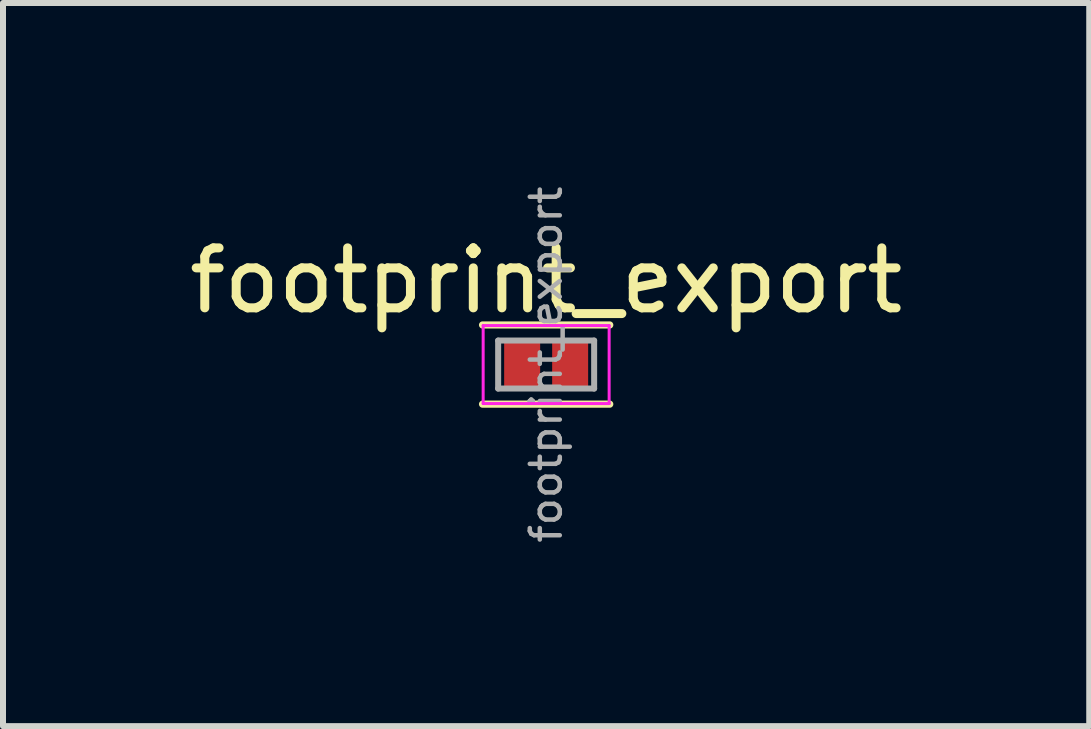
<source format=kicad_pcb>
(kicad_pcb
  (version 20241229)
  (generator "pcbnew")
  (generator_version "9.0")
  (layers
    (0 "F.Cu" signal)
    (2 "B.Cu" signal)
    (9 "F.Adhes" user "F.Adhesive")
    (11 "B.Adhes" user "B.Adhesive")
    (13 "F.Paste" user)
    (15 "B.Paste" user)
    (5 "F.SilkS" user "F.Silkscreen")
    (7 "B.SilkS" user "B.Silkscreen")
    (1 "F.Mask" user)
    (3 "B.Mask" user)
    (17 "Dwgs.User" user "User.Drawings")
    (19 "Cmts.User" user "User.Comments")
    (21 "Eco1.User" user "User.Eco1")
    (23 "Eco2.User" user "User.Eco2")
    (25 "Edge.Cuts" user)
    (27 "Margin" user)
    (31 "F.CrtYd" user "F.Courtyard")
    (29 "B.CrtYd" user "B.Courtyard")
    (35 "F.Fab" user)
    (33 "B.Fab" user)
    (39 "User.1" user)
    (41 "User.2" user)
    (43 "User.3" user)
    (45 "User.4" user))
  (footprint "footprint_export"
    (layer "F.Cu")
    (at 6.054 3.027)
    (property "Reference" "footprint_export" (at 0 -1.4 0) (layer "F.SilkS") (effects (font (size 1 1) (thickness 0.15))))
    (attr smd)
    (fp_line (start -1.06 -0.66) (end 1.06 -0.66) (stroke (width 0.12) (type solid)) (layer "F.SilkS"))
    (fp_line (start -1.06 0.66) (end 1.06 0.66) (stroke (width 0.12) (type solid)) (layer "F.SilkS"))
    (fp_line (start -1.05 -0.65) (end -1.05 0.65) (stroke (width 0.05) (type solid)) (layer "F.CrtYd"))
    (fp_line (start -1.05 0.65) (end 1.05 0.65) (stroke (width 0.05) (type solid)) (layer "F.CrtYd"))
    (fp_line (start 1.05 -0.65) (end -1.05 -0.65) (stroke (width 0.05) (type solid)) (layer "F.CrtYd"))
    (fp_line (start 1.05 0.65) (end 1.05 -0.65) (stroke (width 0.05) (type solid)) (layer "F.CrtYd"))
    (fp_line (start -0.8 -0.4) (end -0.8 0.4) (stroke (width 0.1) (type solid)) (layer "F.Fab"))
    (fp_line (start -0.8 0.4) (end 0.8 0.4) (stroke (width 0.1) (type solid)) (layer "F.Fab"))
    (fp_line (start 0.8 -0.4) (end -0.8 -0.4) (stroke (width 0.1) (type solid)) (layer "F.Fab"))
    (fp_line (start 0.8 0.4) (end 0.8 -0.4) (stroke (width 0.1) (type solid)) (layer "F.Fab"))
    (fp_text user "${REFERENCE}" (at 0 0 90) (layer "F.Fab") (effects (font (size 0.5 0.5) (thickness 0.075))))
    (pad "1" smd rect (at -0.4 0) (size 0.6 0.8) (layers "F.Cu" "F.Mask" "F.Paste"))
    (pad "2" smd rect (at 0.4 0) (size 0.6 0.8) (layers "F.Cu" "F.Mask" "F.Paste")))
  (gr_rect
    (start -3 -3)
    (end 15.107 9.054)
    (stroke (width 0.1) (type default))
    (fill no)
    (layer "Edge.Cuts")))
</source>
